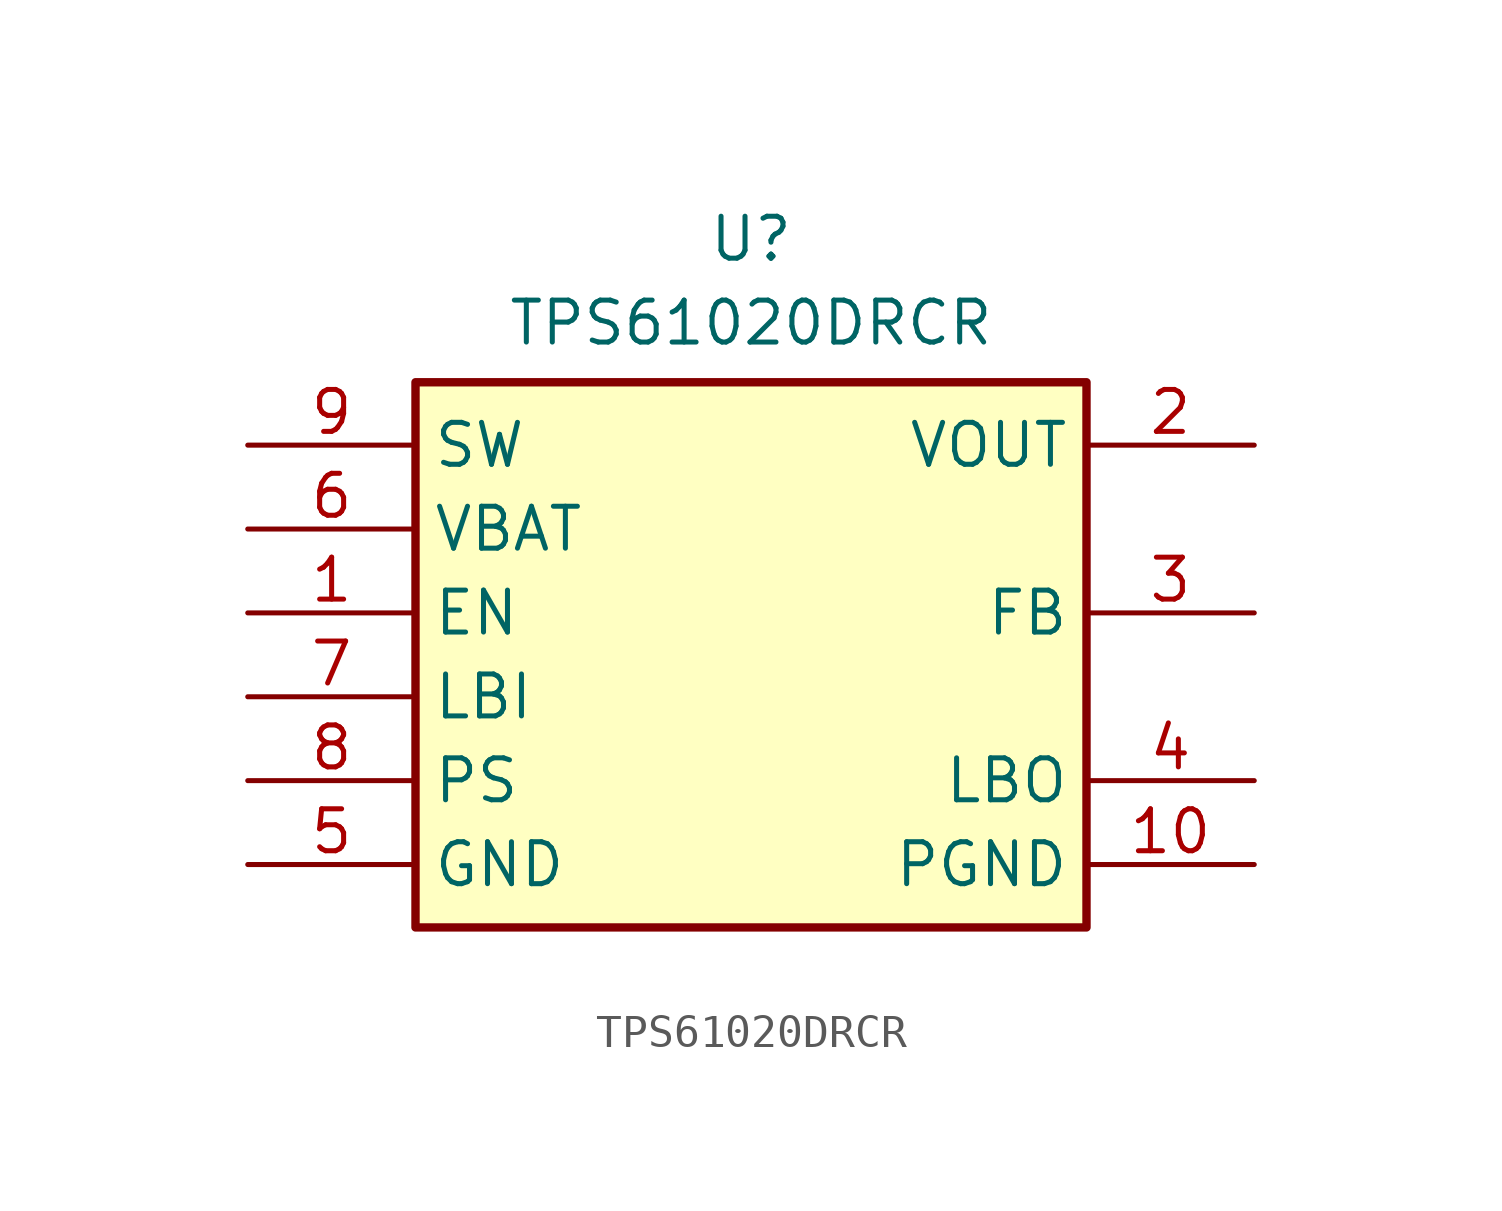
<source format=kicad_sym>
(kicad_symbol_lib
  (version 20220914)
  (generator kicad_symbol_editor)
  (symbol "TPS61020DRCR"
    (property "Reference" "U"
      (at 15.24 9.525 0)
      (effects (font (size 1.27 1.27)) (justify top)))
    (property "Value" "TPS61020DRCR"
      (at 15.24 6.985 0)
      (effects (font (size 1.27 1.27)) (justify top)))
    (symbol "TPS61020DRCR_1_1"
      (rectangle (start 5.08 4.445) (end 25.4 -12.065) (stroke (width 0.254) (type default)) (fill (type background)))
      (pin passive line (at 0 -2.54 0) (length 5.08) (name "EN" (effects (font (size 1.27 1.27)))) (number "1" (effects (font (size 1.27 1.27)))))
      (pin power_in line (at 30.48 -10.16 180) (length 5.08) (name "PGND" (effects (font (size 1.27 1.27)))) (number "10" (effects (font (size 1.27 1.27)))))
      (pin passive line (at 30.48 -10.16 180) (length 5.08) hide (name "EP/PGND_1" (effects (font (size 1.27 1.27)))) (number "11" (effects (font (size 1.27 1.27)))))
      (pin power_out line (at 30.48 2.54 180) (length 5.08) (name "VOUT" (effects (font (size 1.27 1.27)))) (number "2" (effects (font (size 1.27 1.27)))))
      (pin passive line (at 30.48 -2.54 180) (length 5.08) (name "FB" (effects (font (size 1.27 1.27)))) (number "3" (effects (font (size 1.27 1.27)))))
      (pin passive line (at 30.48 -7.62 180) (length 5.08) (name "LBO" (effects (font (size 1.27 1.27)))) (number "4" (effects (font (size 1.27 1.27)))))
      (pin passive line (at 0 -10.16 0) (length 5.08) (name "GND" (effects (font (size 1.27 1.27)))) (number "5" (effects (font (size 1.27 1.27)))))
      (pin power_in line (at 0 0 0) (length 5.08) (name "VBAT" (effects (font (size 1.27 1.27)))) (number "6" (effects (font (size 1.27 1.27)))))
      (pin passive line (at 0 -5.08 0) (length 5.08) (name "LBI" (effects (font (size 1.27 1.27)))) (number "7" (effects (font (size 1.27 1.27)))))
      (pin passive line (at 0 -7.62 0) (length 5.08) (name "PS" (effects (font (size 1.27 1.27)))) (number "8" (effects (font (size 1.27 1.27)))))
      (pin passive line (at 0 2.54 0) (length 5.08) (name "SW" (effects (font (size 1.27 1.27)))) (number "9" (effects (font (size 1.27 1.27)))))
      (pin passive line (at 30.48 -10.16 180) (length 5.08) hide (name "EP/PGND_2" (effects (font (size 1.27 1.27)))) (number "A11" (effects (font (size 1.27 1.27)))))
      (pin passive line (at 30.48 -10.16 180) (length 5.08) hide (name "EP/PGND_3" (effects (font (size 1.27 1.27)))) (number "B11" (effects (font (size 1.27 1.27)))))
      (pin passive line (at 30.48 -10.16 180) (length 5.08) hide (name "EP/PGND_4" (effects (font (size 1.27 1.27)))) (number "C11" (effects (font (size 1.27 1.27)))))
      (pin passive line (at 30.48 -10.16 180) (length 5.08) hide (name "EP/PGND_5" (effects (font (size 1.27 1.27)))) (number "D11" (effects (font (size 1.27 1.27))))))))
</source>
